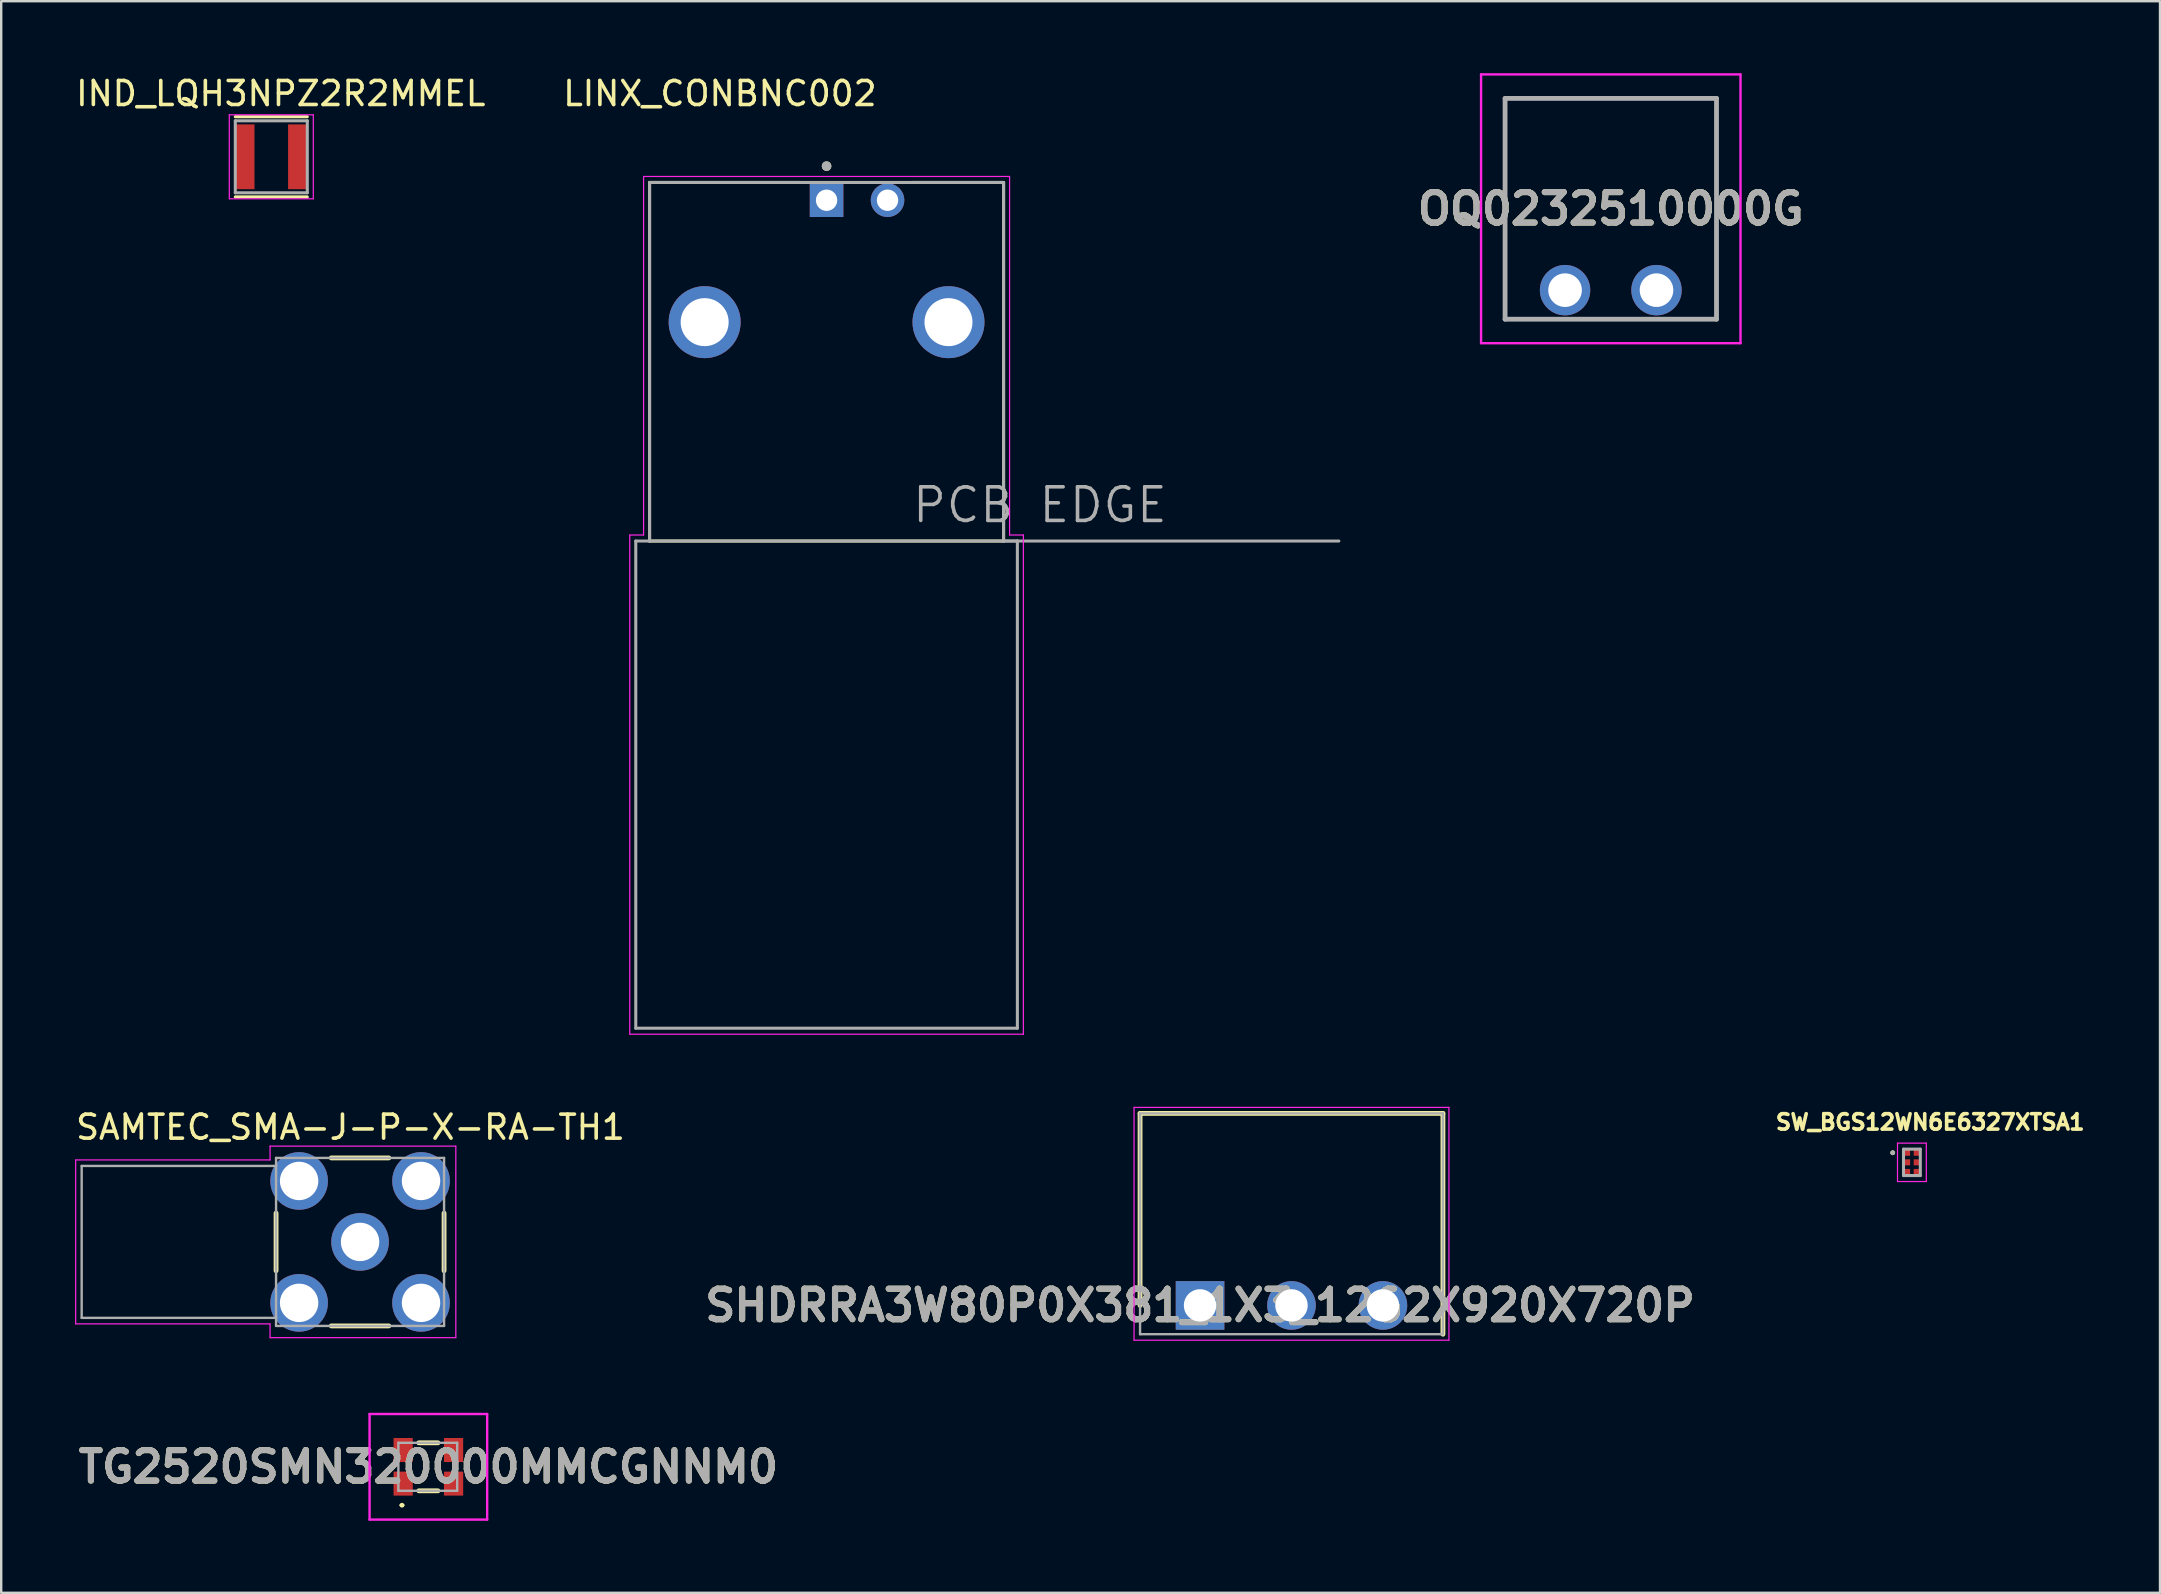
<source format=kicad_pcb>
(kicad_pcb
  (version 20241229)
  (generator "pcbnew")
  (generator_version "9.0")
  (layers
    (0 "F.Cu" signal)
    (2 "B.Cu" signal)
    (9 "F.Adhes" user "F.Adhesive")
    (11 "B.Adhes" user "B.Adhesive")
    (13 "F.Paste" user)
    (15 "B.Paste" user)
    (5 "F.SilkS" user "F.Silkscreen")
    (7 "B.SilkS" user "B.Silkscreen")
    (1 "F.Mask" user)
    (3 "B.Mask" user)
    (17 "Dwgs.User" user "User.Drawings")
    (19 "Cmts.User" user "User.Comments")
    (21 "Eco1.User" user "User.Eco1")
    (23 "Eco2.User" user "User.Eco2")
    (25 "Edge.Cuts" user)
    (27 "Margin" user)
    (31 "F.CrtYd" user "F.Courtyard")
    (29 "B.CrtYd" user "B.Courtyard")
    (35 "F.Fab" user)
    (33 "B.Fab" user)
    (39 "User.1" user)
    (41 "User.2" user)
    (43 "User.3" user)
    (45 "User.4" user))
  (footprint "SAMTEC_SMA-J-P-X-RA-TH1"
    (layer "F.Cu")
    (at 11.953 48.697)
    (property "Reference" "SAMTEC_SMA-J-P-X-RA-TH1" (at -0.4 -4.78 0) (layer "F.SilkS") (effects (font (size 1 1) (thickness 0.15))))
    (attr through_hole)
    (fp_line (start -3.5 1.2) (end -3.5 -1.2) (stroke (width 0.2) (type solid)) (layer "F.SilkS"))
    (fp_line (start -1.2 -3.5) (end 1.2 -3.5) (stroke (width 0.2) (type solid)) (layer "F.SilkS"))
    (fp_line (start 1.2 3.5) (end -1.2 3.5) (stroke (width 0.2) (type solid)) (layer "F.SilkS"))
    (fp_line (start 3.5 1.2) (end 3.5 -1.2) (stroke (width 0.2) (type solid)) (layer "F.SilkS"))
    (fp_line (start -11.85 -3.415) (end -11.85 3.415) (stroke (width 0.05) (type solid)) (layer "F.CrtYd"))
    (fp_line (start -11.85 3.415) (end -3.75 3.415) (stroke (width 0.05) (type solid)) (layer "F.CrtYd"))
    (fp_line (start -3.75 -3.99) (end -3.75 -3.415) (stroke (width 0.05) (type solid)) (layer "F.CrtYd"))
    (fp_line (start -3.75 -3.99) (end 3.99 -3.99) (stroke (width 0.05) (type solid)) (layer "F.CrtYd"))
    (fp_line (start -3.75 -3.415) (end -11.85 -3.415) (stroke (width 0.05) (type solid)) (layer "F.CrtYd"))
    (fp_line (start -3.75 3.415) (end -3.75 3.99) (stroke (width 0.05) (type solid)) (layer "F.CrtYd"))
    (fp_line (start 3.99 -3.99) (end 3.99 3.99) (stroke (width 0.05) (type solid)) (layer "F.CrtYd"))
    (fp_line (start 3.99 3.99) (end -3.75 3.99) (stroke (width 0.05) (type solid)) (layer "F.CrtYd"))
    (fp_line (start -11.6 -3.165) (end -11.6 3.165) (stroke (width 0.1) (type solid)) (layer "F.Fab"))
    (fp_line (start -11.6 3.165) (end -3.5 3.165) (stroke (width 0.1) (type solid)) (layer "F.Fab"))
    (fp_line (start -3.5 -3.5) (end 3.5 -3.5) (stroke (width 0.1) (type solid)) (layer "F.Fab"))
    (fp_line (start -3.5 -3.165) (end -11.6 -3.165) (stroke (width 0.1) (type solid)) (layer "F.Fab"))
    (fp_line (start -3.5 -3.165) (end -3.5 -3.5) (stroke (width 0.1) (type solid)) (layer "F.Fab"))
    (fp_line (start -3.5 3.165) (end -3.5 -3.165) (stroke (width 0.1) (type solid)) (layer "F.Fab"))
    (fp_line (start -3.5 3.5) (end -3.5 3.165) (stroke (width 0.1) (type solid)) (layer "F.Fab"))
    (fp_line (start 3.5 -3.5) (end 3.5 3.5) (stroke (width 0.1) (type solid)) (layer "F.Fab"))
    (fp_line (start 3.5 3.5) (end -3.5 3.5) (stroke (width 0.1) (type solid)) (layer "F.Fab"))
    (pad "1" thru_hole circle (at 0 0) (size 2.4 2.4) (drill 1.6) (layers "*.Cu" "*.Mask"))
    (pad "2" thru_hole circle (at 2.54 2.54) (size 2.4 2.4) (drill 1.6) (layers "*.Cu" "*.Mask"))
    (pad "3" thru_hole circle (at 2.54 -2.54) (size 2.4 2.4) (drill 1.6) (layers "*.Cu" "*.Mask"))
    (pad "4" thru_hole circle (at -2.54 -2.54) (size 2.4 2.4) (drill 1.6) (layers "*.Cu" "*.Mask"))
    (pad "5" thru_hole circle (at -2.54 2.54) (size 2.4 2.4) (drill 1.6) (layers "*.Cu" "*.Mask")))
  (footprint "TG2520SMN320000MMCGNNM0"
    (layer "F.Cu")
    (at 14.799 58.068)
    (property "Reference" "TG2520SMN320000MMCGNNM0" (at 0 0 0) (layer "F.SilkS") (effects (font (size 1.27 1.27) (thickness 0.254))))
    (attr smd)
    (fp_line (start -1.15 1.6) (end -1.15 1.6) (stroke (width 0.1) (type solid)) (layer "F.SilkS"))
    (fp_line (start -1.05 1.6) (end -1.05 1.6) (stroke (width 0.1) (type solid)) (layer "F.SilkS"))
    (fp_line (start -0.4 -1) (end 0.4 -1) (stroke (width 0.2) (type solid)) (layer "F.SilkS"))
    (fp_line (start -0.4 1) (end 0.4 1) (stroke (width 0.2) (type solid)) (layer "F.SilkS"))
    (fp_arc (start -1.15 1.6) (mid -1.1 1.55) (end -1.05 1.6) (stroke (width 0.1) (type solid)) (layer "F.SilkS"))
    (fp_arc (start -1.05 1.6) (mid -1.1 1.65) (end -1.15 1.6) (stroke (width 0.1) (type solid)) (layer "F.SilkS"))
    (fp_line (start -2.45 -2.2) (end 2.45 -2.2) (stroke (width 0.1) (type solid)) (layer "F.CrtYd"))
    (fp_line (start -2.45 2.2) (end -2.45 -2.2) (stroke (width 0.1) (type solid)) (layer "F.CrtYd"))
    (fp_line (start 2.45 -2.2) (end 2.45 2.2) (stroke (width 0.1) (type solid)) (layer "F.CrtYd"))
    (fp_line (start 2.45 2.2) (end -2.45 2.2) (stroke (width 0.1) (type solid)) (layer "F.CrtYd"))
    (fp_line (start -1.25 -1) (end 1.2 -1) (stroke (width 0.1) (type solid)) (layer "F.Fab"))
    (fp_line (start -1.25 1) (end -1.25 -1) (stroke (width 0.1) (type solid)) (layer "F.Fab"))
    (fp_line (start 1.2 -1) (end 1.2 1) (stroke (width 0.1) (type solid)) (layer "F.Fab"))
    (fp_line (start 1.2 1) (end -1.25 1) (stroke (width 0.1) (type solid)) (layer "F.Fab"))
    (fp_text user "${REFERENCE}" (at 0 0 0) (layer "F.Fab") (effects (font (size 1.27 1.27) (thickness 0.254))))
    (pad "1" smd rect (at -1.05 0.7) (size 0.8 1) (layers "F.Cu" "F.Mask" "F.Paste"))
    (pad "2" smd rect (at 1.05 0.7) (size 0.8 1) (layers "F.Cu" "F.Mask" "F.Paste"))
    (pad "3" smd rect (at 1.05 -0.7) (size 0.8 1) (layers "F.Cu" "F.Mask" "F.Paste"))
    (pad "4" smd rect (at -1.05 -0.7) (size 0.8 1) (layers "F.Cu" "F.Mask" "F.Paste")))
  (footprint "SHDRRA3W80P0X381_1X3_1262X920X720P"
    (layer "F.Cu")
    (at 46.953 51.343)
    (property "Reference" "SHDRRA3W80P0X381_1X3_1262X920X720P" (at 0 0 0) (layer "F.SilkS") (effects (font (size 1.27 1.27) (thickness 0.254))))
    (attr through_hole)
    (fp_line (start -2.5 -8) (end 10.12 -8) (stroke (width 0.2) (type solid)) (layer "F.SilkS"))
    (fp_line (start -2.5 0) (end -2.5 -8) (stroke (width 0.2) (type solid)) (layer "F.SilkS"))
    (fp_line (start 10.12 -8) (end 10.12 1.2) (stroke (width 0.2) (type solid)) (layer "F.SilkS"))
    (fp_line (start -2.75 -8.25) (end -2.75 1.45) (stroke (width 0.05) (type solid)) (layer "F.CrtYd"))
    (fp_line (start -2.75 1.45) (end 10.37 1.45) (stroke (width 0.05) (type solid)) (layer "F.CrtYd"))
    (fp_line (start 10.37 -8.25) (end -2.75 -8.25) (stroke (width 0.05) (type solid)) (layer "F.CrtYd"))
    (fp_line (start 10.37 1.45) (end 10.37 -8.25) (stroke (width 0.05) (type solid)) (layer "F.CrtYd"))
    (fp_line (start -2.5 -8) (end 10.12 -8) (stroke (width 0.1) (type solid)) (layer "F.Fab"))
    (fp_line (start -2.5 1.2) (end -2.5 -8) (stroke (width 0.1) (type solid)) (layer "F.Fab"))
    (fp_line (start 10.12 -8) (end 10.12 1.2) (stroke (width 0.1) (type solid)) (layer "F.Fab"))
    (fp_line (start 10.12 1.2) (end -2.5 1.2) (stroke (width 0.1) (type solid)) (layer "F.Fab"))
    (fp_text user "${REFERENCE}" (at 0 0 0) (layer "F.Fab") (effects (font (size 1.27 1.27) (thickness 0.254))))
    (pad "1" thru_hole rect (at 0 0) (size 2.025 2.025) (drill 1.35) (layers "*.Cu" "*.Mask"))
    (pad "2" thru_hole circle (at 3.81 0) (size 2.025 2.025) (drill 1.35) (layers "*.Cu" "*.Mask"))
    (pad "3" thru_hole circle (at 7.62 0) (size 2.025 2.025) (drill 1.35) (layers "*.Cu" "*.Mask")))
  (footprint "LINX_CONBNC002"
    (layer "F.Cu")
    (at 31.391 10.373)
    (property "Reference" "LINX_CONBNC002" (at -4.445 -9.525 0) (layer "F.SilkS") (effects (font (size 1 1) (thickness 0.15))))
    (attr through_hole)
    (fp_line (start -7.375 -5.82) (end -1.1 -5.82) (stroke (width 0.127) (type solid)) (layer "F.SilkS"))
    (fp_line (start -7.375 9.12) (end -7.375 -5.82) (stroke (width 0.127) (type solid)) (layer "F.SilkS"))
    (fp_line (start 3.56 -5.82) (end 7.375 -5.82) (stroke (width 0.127) (type solid)) (layer "F.SilkS"))
    (fp_line (start 7.375 -5.82) (end 7.375 9.12) (stroke (width 0.127) (type solid)) (layer "F.SilkS"))
    (fp_line (start 7.375 9.12) (end -7.375 9.12) (stroke (width 0.127) (type solid)) (layer "F.SilkS"))
    (fp_circle (center 0 -6.5) (end 0.1 -6.5) (stroke (width 0.2) (type solid)) (fill no) (layer "F.SilkS"))
    (fp_line (start -8.2 8.87) (end -7.625 8.87) (stroke (width 0.05) (type solid)) (layer "F.CrtYd"))
    (fp_line (start -8.2 29.67) (end -8.2 8.87) (stroke (width 0.05) (type solid)) (layer "F.CrtYd"))
    (fp_line (start -7.625 -6.07) (end 7.625 -6.07) (stroke (width 0.05) (type solid)) (layer "F.CrtYd"))
    (fp_line (start -7.625 8.87) (end -7.625 -6.07) (stroke (width 0.05) (type solid)) (layer "F.CrtYd"))
    (fp_line (start 7.625 -6.07) (end 7.625 8.87) (stroke (width 0.05) (type solid)) (layer "F.CrtYd"))
    (fp_line (start 7.625 8.87) (end 8.2 8.87) (stroke (width 0.05) (type solid)) (layer "F.CrtYd"))
    (fp_line (start 8.2 8.87) (end 8.2 29.67) (stroke (width 0.05) (type solid)) (layer "F.CrtYd"))
    (fp_line (start 8.2 29.67) (end -8.2 29.67) (stroke (width 0.05) (type solid)) (layer "F.CrtYd"))
    (fp_line (start -7.95 9.12) (end -7.95 29.42) (stroke (width 0.127) (type solid)) (layer "F.Fab"))
    (fp_line (start -7.95 9.12) (end -7.375 9.12) (stroke (width 0.127) (type solid)) (layer "F.Fab"))
    (fp_line (start -7.95 29.42) (end 7.95 29.42) (stroke (width 0.127) (type solid)) (layer "F.Fab"))
    (fp_line (start -7.375 -5.82) (end 7.375 -5.82) (stroke (width 0.127) (type solid)) (layer "F.Fab"))
    (fp_line (start -7.375 9.12) (end -7.375 -5.82) (stroke (width 0.127) (type solid)) (layer "F.Fab"))
    (fp_line (start 7.375 -5.82) (end 7.375 9.12) (stroke (width 0.127) (type solid)) (layer "F.Fab"))
    (fp_line (start 7.375 9.12) (end -7.375 9.12) (stroke (width 0.127) (type solid)) (layer "F.Fab"))
    (fp_line (start 7.375 9.12) (end 7.95 9.12) (stroke (width 0.127) (type solid)) (layer "F.Fab"))
    (fp_line (start 7.95 9.12) (end 7.375 9.12) (stroke (width 0.127) (type solid)) (layer "F.Fab"))
    (fp_line (start 7.95 29.42) (end 7.95 9.12) (stroke (width 0.127) (type solid)) (layer "F.Fab"))
    (fp_line (start 21.345 9.12) (end 7.95 9.12) (stroke (width 0.127) (type solid)) (layer "F.Fab"))
    (fp_circle (center 0 -6.5) (end 0.1 -6.5) (stroke (width 0.2) (type solid)) (fill no) (layer "F.Fab"))
    (fp_text user "PCB EDGE" (at 8.89 7.62 0) (layer "F.Fab") (effects (font (size 1.4 1.4) (thickness 0.15))))
    (pad "1" thru_hole rect (at 0 -5.08) (size 1.398 1.398) (drill 0.89) (layers "*.Cu" "*.Mask"))
    (pad "2" thru_hole circle (at 2.54 -5.08) (size 1.398 1.398) (drill 0.89) (layers "*.Cu" "*.Mask"))
    (pad "S1" thru_hole circle (at -5.08 0) (size 3 3) (drill 2) (layers "*.Cu" "*.Mask"))
    (pad "S2" thru_hole circle (at 5.08 0) (size 3 3) (drill 2) (layers "*.Cu" "*.Mask")))
  (footprint "OQ0232510000G"
    (layer "F.Cu")
    (at 62.162 9.04)
    (property "Reference" "OQ0232510000G" (at 1.905 -3.39 0) (layer "F.SilkS") (effects (font (size 1.27 1.27) (thickness 0.254))))
    (attr through_hole)
    (fp_line (start -2.5 -7.99) (end 6.31 -7.99) (stroke (width 0.1) (type solid)) (layer "F.SilkS"))
    (fp_line (start -2.5 1.21) (end -2.5 -7.99) (stroke (width 0.1) (type solid)) (layer "F.SilkS"))
    (fp_line (start 6.31 -7.99) (end 6.31 1.21) (stroke (width 0.1) (type solid)) (layer "F.SilkS"))
    (fp_line (start 6.31 1.21) (end -2.5 1.21) (stroke (width 0.1) (type solid)) (layer "F.SilkS"))
    (fp_line (start -3.5 -8.99) (end 7.31 -8.99) (stroke (width 0.1) (type solid)) (layer "F.CrtYd"))
    (fp_line (start -3.5 2.21) (end -3.5 -8.99) (stroke (width 0.1) (type solid)) (layer "F.CrtYd"))
    (fp_line (start 7.31 -8.99) (end 7.31 2.21) (stroke (width 0.1) (type solid)) (layer "F.CrtYd"))
    (fp_line (start 7.31 2.21) (end -3.5 2.21) (stroke (width 0.1) (type solid)) (layer "F.CrtYd"))
    (fp_line (start -2.5 -7.99) (end 6.31 -7.99) (stroke (width 0.2) (type solid)) (layer "F.Fab"))
    (fp_line (start -2.5 1.21) (end -2.5 -7.99) (stroke (width 0.2) (type solid)) (layer "F.Fab"))
    (fp_line (start 6.31 -7.99) (end 6.31 1.21) (stroke (width 0.2) (type solid)) (layer "F.Fab"))
    (fp_line (start 6.31 1.21) (end -2.5 1.21) (stroke (width 0.2) (type solid)) (layer "F.Fab"))
    (fp_text user "${REFERENCE}" (at 1.905 -3.39 0) (layer "F.Fab") (effects (font (size 1.27 1.27) (thickness 0.254))))
    (pad "1" thru_hole circle (at 0 0) (size 2.1 2.1) (drill 1.4) (layers "*.Cu" "*.Mask"))
    (pad "2" thru_hole circle (at 3.81 0) (size 2.1 2.1) (drill 1.4) (layers "*.Cu" "*.Mask")))
  (footprint "IND_LQH3NPZ2R2MMEL"
    (layer "F.Cu")
    (at 8.254 3.483)
    (property "Reference" "IND_LQH3NPZ2R2MMEL" (at 0.395 -2.635 0) (layer "F.SilkS") (effects (font (size 1 1) (thickness 0.15))))
    (attr smd)
    (fp_line (start -1.5 -1.67) (end 1.5 -1.67) (stroke (width 0.127) (type solid)) (layer "F.SilkS"))
    (fp_line (start -1.5 1.67) (end 1.5 1.67) (stroke (width 0.127) (type solid)) (layer "F.SilkS"))
    (fp_line (start -1.75 -1.75) (end 1.75 -1.75) (stroke (width 0.05) (type solid)) (layer "F.CrtYd"))
    (fp_line (start -1.75 1.75) (end -1.75 -1.75) (stroke (width 0.05) (type solid)) (layer "F.CrtYd"))
    (fp_line (start 1.75 -1.75) (end 1.75 1.75) (stroke (width 0.05) (type solid)) (layer "F.CrtYd"))
    (fp_line (start 1.75 1.75) (end -1.75 1.75) (stroke (width 0.05) (type solid)) (layer "F.CrtYd"))
    (fp_line (start -1.5 -1.5) (end 1.5 -1.5) (stroke (width 0.127) (type solid)) (layer "F.Fab"))
    (fp_line (start -1.5 1.5) (end -1.5 -1.5) (stroke (width 0.127) (type solid)) (layer "F.Fab"))
    (fp_line (start 1.5 -1.5) (end 1.5 1.5) (stroke (width 0.127) (type solid)) (layer "F.Fab"))
    (fp_line (start 1.5 1.5) (end -1.5 1.5) (stroke (width 0.127) (type solid)) (layer "F.Fab"))
    (pad "1" smd rect (at -1.1 0) (size 0.8 2.7) (layers "F.Cu" "F.Mask" "F.Paste"))
    (pad "2" smd rect (at 1.1 0) (size 0.8 2.7) (layers "F.Cu" "F.Mask" "F.Paste")))
  (footprint "SW_BGS12WN6E6327XTSA1"
    (layer "F.Cu")
    (at 76.614 45.382)
    (property "Reference" "SW_BGS12WN6E6327XTSA1" (at 0.762 -1.676 0) (layer "F.SilkS") (effects (font (size 0.64 0.64) (thickness 0.15))))
    (attr smd)
    (fp_poly (pts (xy -0.35 -0.55) (xy -0.05 -0.55) (xy -0.05 -0.25) (xy -0.35 -0.25)) (stroke (width 0.01) (type solid)) (fill yes) (layer "F.Mask"))
    (fp_poly (pts (xy -0.35 -0.15) (xy -0.05 -0.15) (xy -0.05 0.15) (xy -0.35 0.15)) (stroke (width 0.01) (type solid)) (fill yes) (layer "F.Mask"))
    (fp_poly (pts (xy -0.35 0.25) (xy -0.05 0.25) (xy -0.05 0.55) (xy -0.35 0.55)) (stroke (width 0.01) (type solid)) (fill yes) (layer "F.Mask"))
    (fp_poly (pts (xy 0.05 -0.55) (xy 0.35 -0.55) (xy 0.35 -0.25) (xy 0.05 -0.25)) (stroke (width 0.01) (type solid)) (fill yes) (layer "F.Mask"))
    (fp_poly (pts (xy 0.05 -0.15) (xy 0.35 -0.15) (xy 0.35 0.15) (xy 0.05 0.15)) (stroke (width 0.01) (type solid)) (fill yes) (layer "F.Mask"))
    (fp_poly (pts (xy 0.05 0.25) (xy 0.35 0.25) (xy 0.35 0.55) (xy 0.05 0.55)) (stroke (width 0.01) (type solid)) (fill yes) (layer "F.Mask"))
    (fp_circle (center -0.8 -0.4) (end -0.75 -0.4) (stroke (width 0.1) (type solid)) (fill no) (layer "F.SilkS"))
    (fp_circle (center -0.2 -0.4) (end -0.138 -0.4) (stroke (width 0.125) (type solid)) (fill no) (layer "F.Paste"))
    (fp_circle (center -0.2 0) (end -0.138 0) (stroke (width 0.125) (type solid)) (fill no) (layer "F.Paste"))
    (fp_circle (center -0.2 0.4) (end -0.138 0.4) (stroke (width 0.125) (type solid)) (fill no) (layer "F.Paste"))
    (fp_circle (center 0.2 -0.4) (end 0.263 -0.4) (stroke (width 0.125) (type solid)) (fill no) (layer "F.Paste"))
    (fp_circle (center 0.2 0) (end 0.263 0) (stroke (width 0.125) (type solid)) (fill no) (layer "F.Paste"))
    (fp_circle (center 0.2 0.4) (end 0.263 0.4) (stroke (width 0.125) (type solid)) (fill no) (layer "F.Paste"))
    (fp_line (start -0.6 -0.8) (end 0.6 -0.8) (stroke (width 0.05) (type solid)) (layer "F.CrtYd"))
    (fp_line (start -0.6 0.8) (end -0.6 -0.8) (stroke (width 0.05) (type solid)) (layer "F.CrtYd"))
    (fp_line (start 0.6 -0.8) (end 0.6 0.8) (stroke (width 0.05) (type solid)) (layer "F.CrtYd"))
    (fp_line (start 0.6 0.8) (end -0.6 0.8) (stroke (width 0.05) (type solid)) (layer "F.CrtYd"))
    (fp_line (start -0.35 -0.55) (end 0.35 -0.55) (stroke (width 0.127) (type solid)) (layer "F.Fab"))
    (fp_line (start -0.35 0.55) (end -0.35 -0.55) (stroke (width 0.127) (type solid)) (layer "F.Fab"))
    (fp_line (start 0.35 -0.55) (end 0.35 0.55) (stroke (width 0.127) (type solid)) (layer "F.Fab"))
    (fp_line (start 0.35 0.55) (end -0.35 0.55) (stroke (width 0.127) (type solid)) (layer "F.Fab"))
    (fp_circle (center -0.8 -0.4) (end -0.75 -0.4) (stroke (width 0.1) (type solid)) (fill no) (layer "F.Fab"))
    (pad "1" smd rect (at -0.2 -0.4) (size 0.25 0.25) (layers "F.Cu"))
    (pad "2" smd rect (at -0.2 0) (size 0.25 0.25) (layers "F.Cu"))
    (pad "3" smd rect (at -0.2 0.4) (size 0.25 0.25) (layers "F.Cu"))
    (pad "4" smd rect (at 0.2 0.4) (size 0.25 0.25) (layers "F.Cu"))
    (pad "5" smd rect (at 0.2 0) (size 0.25 0.25) (layers "F.Cu"))
    (pad "6" smd rect (at 0.2 -0.4) (size 0.25 0.25) (layers "F.Cu")))
  (gr_rect
    (start -3 -3)
    (end 86.952 63.318)
    (stroke (width 0.1) (type default))
    (fill no)
    (layer "Edge.Cuts")))
</source>
